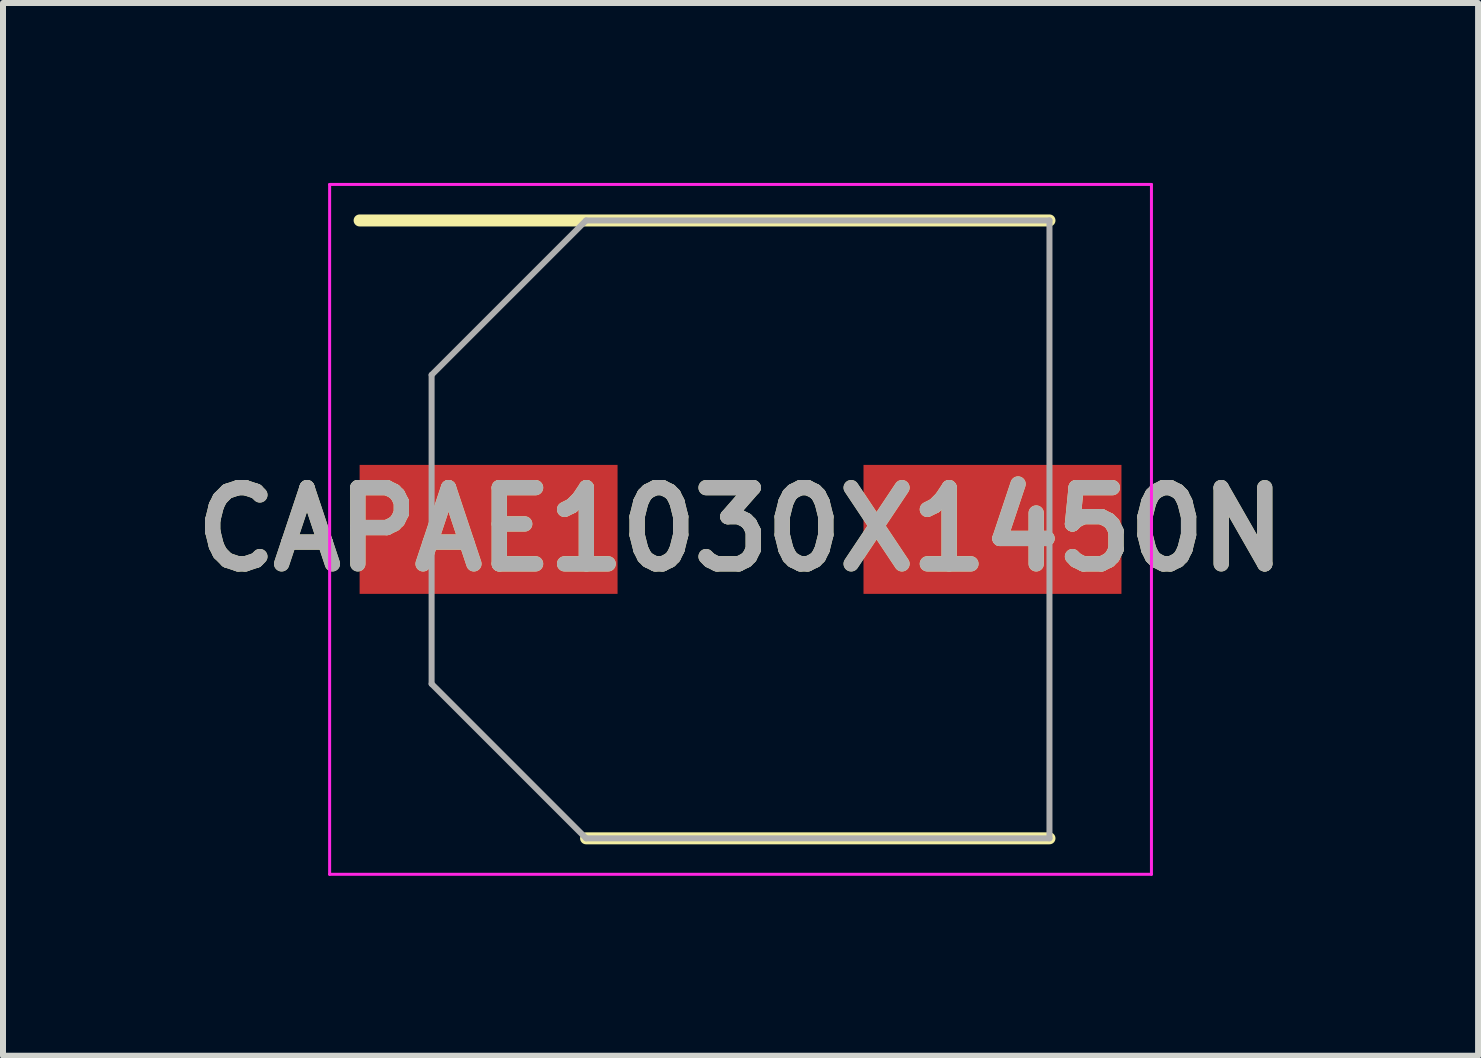
<source format=kicad_pcb>
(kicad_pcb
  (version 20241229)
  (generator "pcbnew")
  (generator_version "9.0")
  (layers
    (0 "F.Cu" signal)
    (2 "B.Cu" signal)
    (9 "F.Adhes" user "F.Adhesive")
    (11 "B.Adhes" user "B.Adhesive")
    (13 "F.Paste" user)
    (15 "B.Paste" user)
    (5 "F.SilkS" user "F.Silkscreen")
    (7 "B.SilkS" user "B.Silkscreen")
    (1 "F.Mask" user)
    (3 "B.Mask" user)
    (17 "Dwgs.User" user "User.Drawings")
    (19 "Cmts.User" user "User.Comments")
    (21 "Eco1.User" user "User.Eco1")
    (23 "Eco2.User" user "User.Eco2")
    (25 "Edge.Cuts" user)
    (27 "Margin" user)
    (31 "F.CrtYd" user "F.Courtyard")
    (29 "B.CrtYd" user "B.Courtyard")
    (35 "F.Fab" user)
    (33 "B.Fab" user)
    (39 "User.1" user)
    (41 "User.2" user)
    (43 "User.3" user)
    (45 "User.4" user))
  (footprint "CAPAE1030X1450N"
    (layer "F.Cu")
    (at 9.295 5.775)
    (property "Reference" "CAPAE1030X1450N" (at 0 0 0) (layer "F.SilkS") (effects (font (size 1.27 1.27) (thickness 0.254))))
    (attr smd)
    (fp_line (start -6.35 -5.15) (end 5.15 -5.15) (stroke (width 0.2) (type solid)) (layer "F.SilkS"))
    (fp_line (start -2.575 5.15) (end 5.15 5.15) (stroke (width 0.2) (type solid)) (layer "F.SilkS"))
    (fp_line (start -6.85 -5.75) (end 6.85 -5.75) (stroke (width 0.05) (type solid)) (layer "F.CrtYd"))
    (fp_line (start -6.85 5.75) (end -6.85 -5.75) (stroke (width 0.05) (type solid)) (layer "F.CrtYd"))
    (fp_line (start 6.85 -5.75) (end 6.85 5.75) (stroke (width 0.05) (type solid)) (layer "F.CrtYd"))
    (fp_line (start 6.85 5.75) (end -6.85 5.75) (stroke (width 0.05) (type solid)) (layer "F.CrtYd"))
    (fp_line (start -5.15 -2.575) (end -5.15 2.575) (stroke (width 0.1) (type solid)) (layer "F.Fab"))
    (fp_line (start -5.15 2.575) (end -2.575 5.15) (stroke (width 0.1) (type solid)) (layer "F.Fab"))
    (fp_line (start -2.575 -5.15) (end -5.15 -2.575) (stroke (width 0.1) (type solid)) (layer "F.Fab"))
    (fp_line (start -2.575 5.15) (end 5.15 5.15) (stroke (width 0.1) (type solid)) (layer "F.Fab"))
    (fp_line (start 5.15 -5.15) (end -2.575 -5.15) (stroke (width 0.1) (type solid)) (layer "F.Fab"))
    (fp_line (start 5.15 5.15) (end 5.15 -5.15) (stroke (width 0.1) (type solid)) (layer "F.Fab"))
    (fp_text user "${REFERENCE}" (at 0 0 0) (layer "F.Fab") (effects (font (size 1.27 1.27) (thickness 0.254))))
    (pad "1" smd rect (at -4.2 0 90) (size 2.15 4.3) (layers "F.Cu" "F.Mask" "F.Paste"))
    (pad "2" smd rect (at 4.2 0 90) (size 2.15 4.3) (layers "F.Cu" "F.Mask" "F.Paste")))
  (gr_rect
    (start -3 -3)
    (end 21.59 14.55)
    (stroke (width 0.1) (type default))
    (fill no)
    (layer "Edge.Cuts")))
</source>
